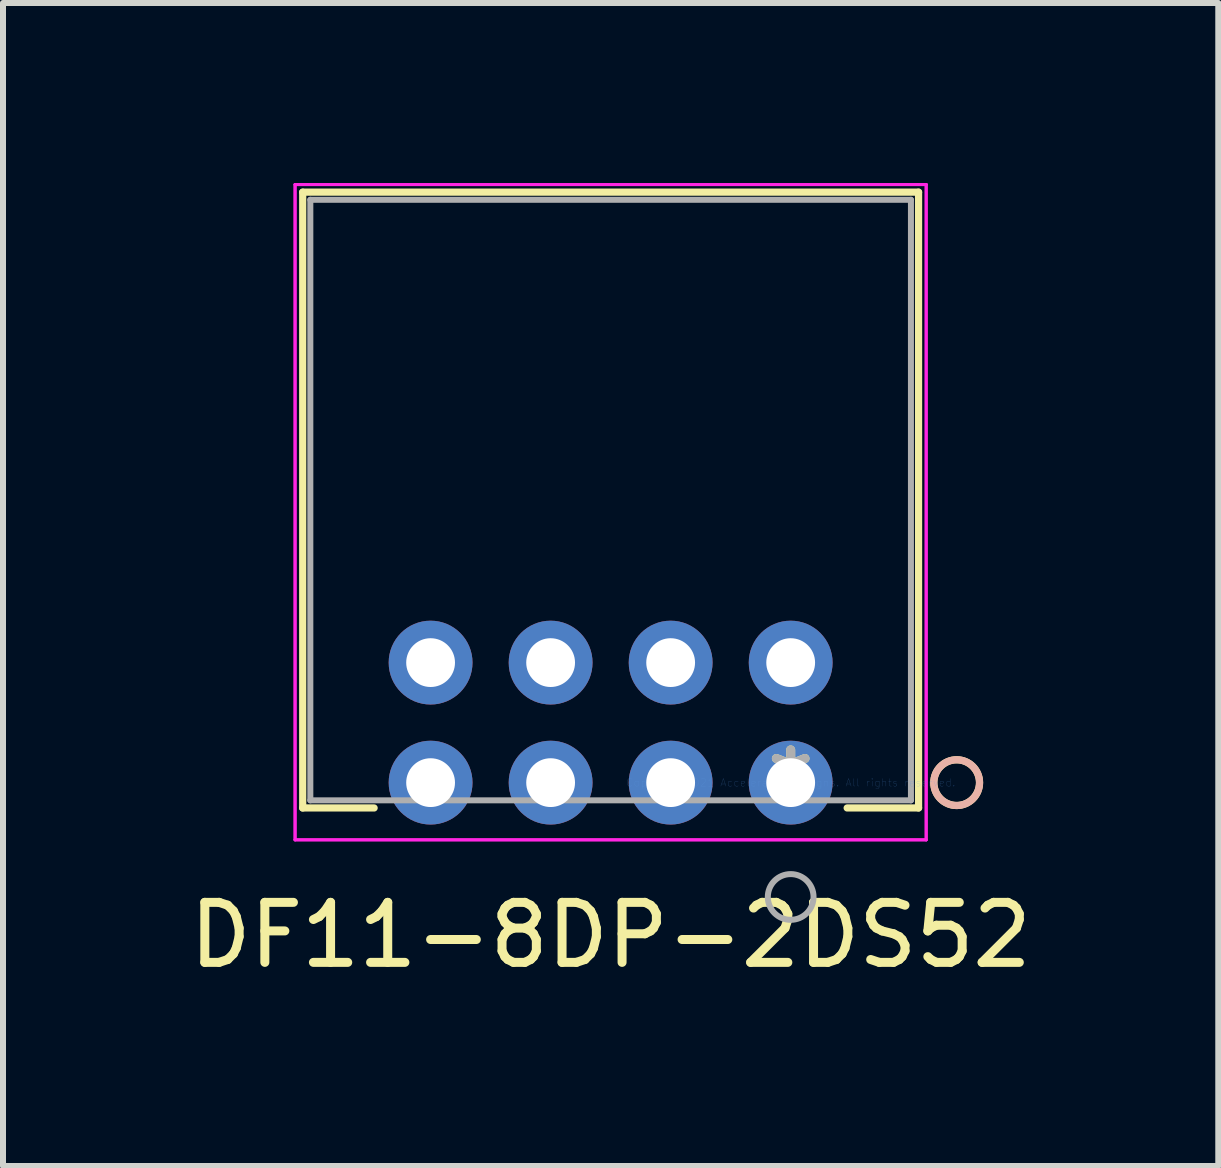
<source format=kicad_pcb>
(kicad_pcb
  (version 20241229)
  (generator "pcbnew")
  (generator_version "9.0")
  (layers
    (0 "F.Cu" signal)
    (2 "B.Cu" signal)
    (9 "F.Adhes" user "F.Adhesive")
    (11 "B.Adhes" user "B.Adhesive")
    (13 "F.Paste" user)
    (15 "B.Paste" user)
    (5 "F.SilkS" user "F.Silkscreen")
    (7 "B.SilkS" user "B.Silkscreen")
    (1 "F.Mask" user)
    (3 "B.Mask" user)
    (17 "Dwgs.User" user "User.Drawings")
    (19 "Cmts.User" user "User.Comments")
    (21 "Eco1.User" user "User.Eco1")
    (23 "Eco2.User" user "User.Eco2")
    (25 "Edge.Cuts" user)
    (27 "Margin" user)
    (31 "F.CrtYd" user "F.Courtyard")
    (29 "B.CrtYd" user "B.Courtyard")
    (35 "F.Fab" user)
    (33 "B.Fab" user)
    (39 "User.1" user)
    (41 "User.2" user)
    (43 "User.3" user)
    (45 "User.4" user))
  (footprint "DF11-8DP-2DS52"
    (layer "F.Cu")
    (at 10.125 9.991)
    (property "Reference" "DF11-8DP-2DS52" (at -3 2.54 0) (layer "F.SilkS") (effects (font (size 1 1) (thickness 0.15))))
    (attr through_hole)
    (fp_line (start -8.131 -9.839) (end -8.131 0.422) (stroke (width 0.12) (type solid)) (layer "F.SilkS"))
    (fp_line (start -8.131 0.422) (end -6.941 0.422) (stroke (width 0.12) (type solid)) (layer "F.SilkS"))
    (fp_line (start 0.941 0.422) (end 2.131 0.422) (stroke (width 0.12) (type solid)) (layer "F.SilkS"))
    (fp_line (start 2.131 -9.839) (end -8.131 -9.839) (stroke (width 0.12) (type solid)) (layer "F.SilkS"))
    (fp_line (start 2.131 0.422) (end 2.131 -9.839) (stroke (width 0.12) (type solid)) (layer "F.SilkS"))
    (fp_circle (center 2.766 0) (end 3.147 0) (stroke (width 0.12) (type solid)) (fill no) (layer "F.SilkS"))
    (fp_circle (center 2.766 0) (end 3.147 0) (stroke (width 0.12) (type solid)) (fill no) (layer "B.SilkS"))
    (fp_line (start -8.258 -9.966) (end -8.258 0.953) (stroke (width 0.05) (type solid)) (layer "F.CrtYd"))
    (fp_line (start -8.258 -9.966) (end -8.258 0.953) (stroke (width 0.05) (type solid)) (layer "F.CrtYd"))
    (fp_line (start -8.258 0.953) (end 2.258 0.953) (stroke (width 0.05) (type solid)) (layer "F.CrtYd"))
    (fp_line (start -8.258 0.953) (end 2.258 0.953) (stroke (width 0.05) (type solid)) (layer "F.CrtYd"))
    (fp_line (start 2.258 -9.966) (end -8.258 -9.966) (stroke (width 0.05) (type solid)) (layer "F.CrtYd"))
    (fp_line (start 2.258 -9.966) (end -8.258 -9.966) (stroke (width 0.05) (type solid)) (layer "F.CrtYd"))
    (fp_line (start 2.258 0.953) (end 2.258 -9.966) (stroke (width 0.05) (type solid)) (layer "F.CrtYd"))
    (fp_line (start 2.258 0.953) (end 2.258 -9.966) (stroke (width 0.05) (type solid)) (layer "F.CrtYd"))
    (fp_line (start -8.004 -9.712) (end -8.004 0.295) (stroke (width 0.1) (type solid)) (layer "F.Fab"))
    (fp_line (start -8.004 0.295) (end 2.004 0.295) (stroke (width 0.1) (type solid)) (layer "F.Fab"))
    (fp_line (start 2.004 -9.712) (end -8.004 -9.712) (stroke (width 0.1) (type solid)) (layer "F.Fab"))
    (fp_line (start 2.004 0.295) (end 2.004 -9.712) (stroke (width 0.1) (type solid)) (layer "F.Fab"))
    (fp_circle (center 0 1.905) (end 0.381 1.905) (stroke (width 0.1) (type solid)) (fill no) (layer "F.Fab"))
    (fp_text user "*" (at 0 0 0) (layer "F.SilkS") (effects (font (size 1 1) (thickness 0.15))))
    (fp_text user "Copyright 2021 Accelerated Designs. All rights reserved." (at 0 0 0) (layer "Cmts.User") (effects (font (size 0.127 0.127) (thickness 0.002))))
    (fp_text user "*" (at 0 0 0) (layer "F.Fab") (effects (font (size 1 1) (thickness 0.15))))
    (pad "1" thru_hole circle (at 0 0.000001) (size 1.397 1.397) (drill 0.813) (layers "*.Cu" "*.Mask"))
    (pad "2" thru_hole circle (at 0 -2) (size 1.397 1.397) (drill 0.813) (layers "*.Cu" "*.Mask"))
    (pad "3" thru_hole circle (at -2 0.000001) (size 1.397 1.397) (drill 0.813) (layers "*.Cu" "*.Mask"))
    (pad "4" thru_hole circle (at -2 -2) (size 1.397 1.397) (drill 0.813) (layers "*.Cu" "*.Mask"))
    (pad "5" thru_hole circle (at -4 0.000001) (size 1.397 1.397) (drill 0.813) (layers "*.Cu" "*.Mask"))
    (pad "6" thru_hole circle (at -4 -2) (size 1.397 1.397) (drill 0.813) (layers "*.Cu" "*.Mask"))
    (pad "7" thru_hole circle (at -6 0.000001) (size 1.397 1.397) (drill 0.813) (layers "*.Cu" "*.Mask"))
    (pad "8" thru_hole circle (at -6 -2) (size 1.397 1.397) (drill 0.813) (layers "*.Cu" "*.Mask")))
  (gr_rect
    (start -3 -3)
    (end 17.25 16.379)
    (stroke (width 0.1) (type default))
    (fill no)
    (layer "Edge.Cuts")))
</source>
